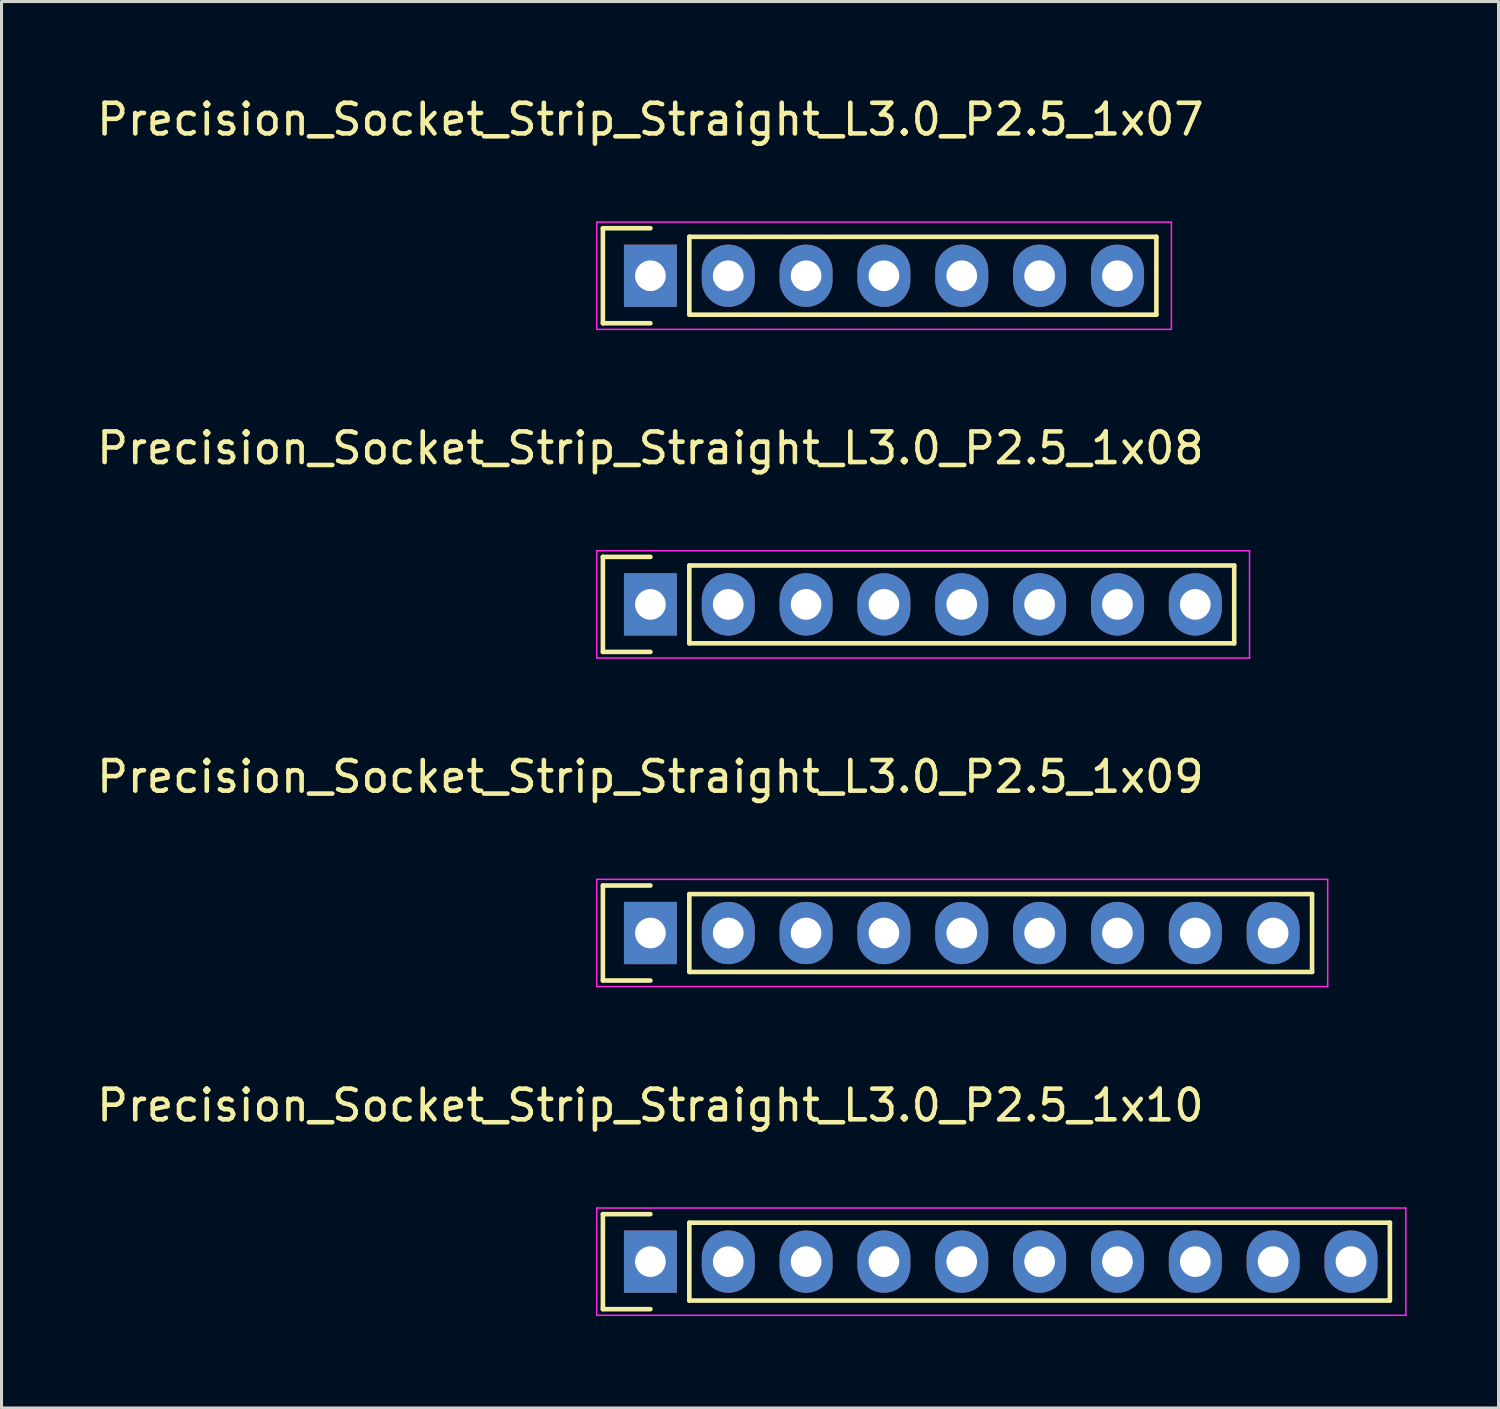
<source format=kicad_pcb>
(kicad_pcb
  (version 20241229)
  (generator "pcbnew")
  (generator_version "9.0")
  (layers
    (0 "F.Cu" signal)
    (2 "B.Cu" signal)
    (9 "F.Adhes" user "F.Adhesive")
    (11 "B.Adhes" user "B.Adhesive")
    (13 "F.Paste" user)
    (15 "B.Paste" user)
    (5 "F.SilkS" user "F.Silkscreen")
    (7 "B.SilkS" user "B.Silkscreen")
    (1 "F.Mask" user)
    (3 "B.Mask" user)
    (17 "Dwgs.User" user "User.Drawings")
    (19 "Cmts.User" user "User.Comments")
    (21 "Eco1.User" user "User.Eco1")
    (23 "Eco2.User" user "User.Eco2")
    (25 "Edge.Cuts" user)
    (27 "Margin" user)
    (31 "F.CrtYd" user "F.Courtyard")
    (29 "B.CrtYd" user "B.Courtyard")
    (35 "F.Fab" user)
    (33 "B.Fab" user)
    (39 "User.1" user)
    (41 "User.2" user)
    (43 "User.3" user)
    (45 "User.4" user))
  (footprint "Precision_Socket_Strip_Straight_L3.0_P2.5_1x08"
    (layer "F.Cu")
    (at 18.173 16.672)
    (property "Reference" "Precision_Socket_Strip_Straight_L3.0_P2.5_1x08" (at 0 -5.1 0) (layer "F.SilkS") (effects (font (size 1 1) (thickness 0.15))))
    (attr through_hole)
    (fp_line (start -1.55 -1.55) (end -1.55 1.55) (stroke (width 0.15) (type solid)) (layer "F.SilkS"))
    (fp_line (start -1.55 1.55) (end 0 1.55) (stroke (width 0.15) (type solid)) (layer "F.SilkS"))
    (fp_line (start 0 -1.55) (end -1.55 -1.55) (stroke (width 0.15) (type solid)) (layer "F.SilkS"))
    (fp_line (start 1.27 1.27) (end 1.27 -1.27) (stroke (width 0.15) (type solid)) (layer "F.SilkS"))
    (fp_line (start 1.27 1.27) (end 19.05 1.27) (stroke (width 0.15) (type solid)) (layer "F.SilkS"))
    (fp_line (start 19.05 -1.27) (end 1.27 -1.27) (stroke (width 0.15) (type solid)) (layer "F.SilkS"))
    (fp_line (start 19.05 1.27) (end 19.05 -1.27) (stroke (width 0.15) (type solid)) (layer "F.SilkS"))
    (fp_line (start -1.75 -1.75) (end -1.75 1.75) (stroke (width 0.05) (type solid)) (layer "F.CrtYd"))
    (fp_line (start -1.75 -1.75) (end 19.55 -1.75) (stroke (width 0.05) (type solid)) (layer "F.CrtYd"))
    (fp_line (start -1.75 1.75) (end 19.55 1.75) (stroke (width 0.05) (type solid)) (layer "F.CrtYd"))
    (fp_line (start 19.55 -1.75) (end 19.55 1.75) (stroke (width 0.05) (type solid)) (layer "F.CrtYd"))
    (pad "1" thru_hole rect (at 0 0) (size 1.727 2.032) (drill 1) (layers "*.Cu" "*.Mask"))
    (pad "2" thru_hole oval (at 2.54 0) (size 1.727 2.032) (drill 1) (layers "*.Cu" "*.Mask"))
    (pad "3" thru_hole oval (at 5.08 0) (size 1.727 2.032) (drill 1) (layers "*.Cu" "*.Mask"))
    (pad "4" thru_hole oval (at 7.62 0) (size 1.727 2.032) (drill 1) (layers "*.Cu" "*.Mask"))
    (pad "5" thru_hole oval (at 10.16 0) (size 1.727 2.032) (drill 1) (layers "*.Cu" "*.Mask"))
    (pad "6" thru_hole oval (at 12.7 0) (size 1.727 2.032) (drill 1) (layers "*.Cu" "*.Mask"))
    (pad "7" thru_hole oval (at 15.24 0) (size 1.727 2.032) (drill 1) (layers "*.Cu" "*.Mask"))
    (pad "8" thru_hole oval (at 17.78 0) (size 1.727 2.032) (drill 1) (layers "*.Cu" "*.Mask")))
  (footprint "Precision_Socket_Strip_Straight_L3.0_P2.5_1x09"
    (layer "F.Cu")
    (at 18.173 27.395)
    (property "Reference" "Precision_Socket_Strip_Straight_L3.0_P2.5_1x09" (at 0 -5.1 0) (layer "F.SilkS") (effects (font (size 1 1) (thickness 0.15))))
    (attr through_hole)
    (fp_line (start -1.55 -1.55) (end -1.55 1.55) (stroke (width 0.15) (type solid)) (layer "F.SilkS"))
    (fp_line (start -1.55 1.55) (end 0 1.55) (stroke (width 0.15) (type solid)) (layer "F.SilkS"))
    (fp_line (start 0 -1.55) (end -1.55 -1.55) (stroke (width 0.15) (type solid)) (layer "F.SilkS"))
    (fp_line (start 1.27 1.27) (end 1.27 -1.27) (stroke (width 0.15) (type solid)) (layer "F.SilkS"))
    (fp_line (start 1.27 1.27) (end 21.59 1.27) (stroke (width 0.15) (type solid)) (layer "F.SilkS"))
    (fp_line (start 21.59 -1.27) (end 1.27 -1.27) (stroke (width 0.15) (type solid)) (layer "F.SilkS"))
    (fp_line (start 21.59 1.27) (end 21.59 -1.27) (stroke (width 0.15) (type solid)) (layer "F.SilkS"))
    (fp_line (start -1.75 -1.75) (end -1.75 1.75) (stroke (width 0.05) (type solid)) (layer "F.CrtYd"))
    (fp_line (start -1.75 -1.75) (end 22.1 -1.75) (stroke (width 0.05) (type solid)) (layer "F.CrtYd"))
    (fp_line (start -1.75 1.75) (end 22.1 1.75) (stroke (width 0.05) (type solid)) (layer "F.CrtYd"))
    (fp_line (start 22.1 -1.75) (end 22.1 1.75) (stroke (width 0.05) (type solid)) (layer "F.CrtYd"))
    (pad "1" thru_hole rect (at 0 0) (size 1.727 2.032) (drill 1) (layers "*.Cu" "*.Mask"))
    (pad "2" thru_hole oval (at 2.54 0) (size 1.727 2.032) (drill 1) (layers "*.Cu" "*.Mask"))
    (pad "3" thru_hole oval (at 5.08 0) (size 1.727 2.032) (drill 1) (layers "*.Cu" "*.Mask"))
    (pad "4" thru_hole oval (at 7.62 0) (size 1.727 2.032) (drill 1) (layers "*.Cu" "*.Mask"))
    (pad "5" thru_hole oval (at 10.16 0) (size 1.727 2.032) (drill 1) (layers "*.Cu" "*.Mask"))
    (pad "6" thru_hole oval (at 12.7 0) (size 1.727 2.032) (drill 1) (layers "*.Cu" "*.Mask"))
    (pad "7" thru_hole oval (at 15.24 0) (size 1.727 2.032) (drill 1) (layers "*.Cu" "*.Mask"))
    (pad "8" thru_hole oval (at 17.78 0) (size 1.727 2.032) (drill 1) (layers "*.Cu" "*.Mask"))
    (pad "9" thru_hole oval (at 20.32 0) (size 1.727 2.032) (drill 1) (layers "*.Cu" "*.Mask")))
  (footprint "Precision_Socket_Strip_Straight_L3.0_P2.5_1x07"
    (layer "F.Cu")
    (at 18.173 5.948)
    (property "Reference" "Precision_Socket_Strip_Straight_L3.0_P2.5_1x07" (at 0 -5.1 0) (layer "F.SilkS") (effects (font (size 1 1) (thickness 0.15))))
    (attr through_hole)
    (fp_line (start -1.55 -1.55) (end -1.55 1.55) (stroke (width 0.15) (type solid)) (layer "F.SilkS"))
    (fp_line (start -1.55 1.55) (end 0 1.55) (stroke (width 0.15) (type solid)) (layer "F.SilkS"))
    (fp_line (start 0 -1.55) (end -1.55 -1.55) (stroke (width 0.15) (type solid)) (layer "F.SilkS"))
    (fp_line (start 1.27 1.27) (end 1.27 -1.27) (stroke (width 0.15) (type solid)) (layer "F.SilkS"))
    (fp_line (start 1.27 1.27) (end 16.51 1.27) (stroke (width 0.15) (type solid)) (layer "F.SilkS"))
    (fp_line (start 16.51 -1.27) (end 1.27 -1.27) (stroke (width 0.15) (type solid)) (layer "F.SilkS"))
    (fp_line (start 16.51 1.27) (end 16.51 -1.27) (stroke (width 0.15) (type solid)) (layer "F.SilkS"))
    (fp_line (start -1.75 -1.75) (end -1.75 1.75) (stroke (width 0.05) (type solid)) (layer "F.CrtYd"))
    (fp_line (start -1.75 -1.75) (end 17 -1.75) (stroke (width 0.05) (type solid)) (layer "F.CrtYd"))
    (fp_line (start -1.75 1.75) (end 17 1.75) (stroke (width 0.05) (type solid)) (layer "F.CrtYd"))
    (fp_line (start 17 -1.75) (end 17 1.75) (stroke (width 0.05) (type solid)) (layer "F.CrtYd"))
    (pad "1" thru_hole rect (at 0 0) (size 1.727 2.032) (drill 1) (layers "*.Cu" "*.Mask"))
    (pad "2" thru_hole oval (at 2.54 0) (size 1.727 2.032) (drill 1) (layers "*.Cu" "*.Mask"))
    (pad "3" thru_hole oval (at 5.08 0) (size 1.727 2.032) (drill 1) (layers "*.Cu" "*.Mask"))
    (pad "4" thru_hole oval (at 7.62 0) (size 1.727 2.032) (drill 1) (layers "*.Cu" "*.Mask"))
    (pad "5" thru_hole oval (at 10.16 0) (size 1.727 2.032) (drill 1) (layers "*.Cu" "*.Mask"))
    (pad "6" thru_hole oval (at 12.7 0) (size 1.727 2.032) (drill 1) (layers "*.Cu" "*.Mask"))
    (pad "7" thru_hole oval (at 15.24 0) (size 1.727 2.032) (drill 1) (layers "*.Cu" "*.Mask")))
  (footprint "Precision_Socket_Strip_Straight_L3.0_P2.5_1x10"
    (layer "F.Cu")
    (at 18.173 38.118)
    (property "Reference" "Precision_Socket_Strip_Straight_L3.0_P2.5_1x10" (at 0 -5.1 0) (layer "F.SilkS") (effects (font (size 1 1) (thickness 0.15))))
    (attr through_hole)
    (fp_line (start -1.55 -1.55) (end -1.55 1.55) (stroke (width 0.15) (type solid)) (layer "F.SilkS"))
    (fp_line (start -1.55 1.55) (end 0 1.55) (stroke (width 0.15) (type solid)) (layer "F.SilkS"))
    (fp_line (start 0 -1.55) (end -1.55 -1.55) (stroke (width 0.15) (type solid)) (layer "F.SilkS"))
    (fp_line (start 1.27 1.27) (end 1.27 -1.27) (stroke (width 0.15) (type solid)) (layer "F.SilkS"))
    (fp_line (start 1.27 1.27) (end 24.13 1.27) (stroke (width 0.15) (type solid)) (layer "F.SilkS"))
    (fp_line (start 24.13 -1.27) (end 1.27 -1.27) (stroke (width 0.15) (type solid)) (layer "F.SilkS"))
    (fp_line (start 24.13 1.27) (end 24.13 -1.27) (stroke (width 0.15) (type solid)) (layer "F.SilkS"))
    (fp_line (start -1.75 -1.75) (end -1.75 1.75) (stroke (width 0.05) (type solid)) (layer "F.CrtYd"))
    (fp_line (start -1.75 -1.75) (end 24.65 -1.75) (stroke (width 0.05) (type solid)) (layer "F.CrtYd"))
    (fp_line (start -1.75 1.75) (end 24.65 1.75) (stroke (width 0.05) (type solid)) (layer "F.CrtYd"))
    (fp_line (start 24.65 -1.75) (end 24.65 1.75) (stroke (width 0.05) (type solid)) (layer "F.CrtYd"))
    (pad "1" thru_hole rect (at 0 0) (size 1.727 2.032) (drill 1) (layers "*.Cu" "*.Mask"))
    (pad "2" thru_hole oval (at 2.54 0) (size 1.727 2.032) (drill 1) (layers "*.Cu" "*.Mask"))
    (pad "3" thru_hole oval (at 5.08 0) (size 1.727 2.032) (drill 1) (layers "*.Cu" "*.Mask"))
    (pad "4" thru_hole oval (at 7.62 0) (size 1.727 2.032) (drill 1) (layers "*.Cu" "*.Mask"))
    (pad "5" thru_hole oval (at 10.16 0) (size 1.727 2.032) (drill 1) (layers "*.Cu" "*.Mask"))
    (pad "6" thru_hole oval (at 12.7 0) (size 1.727 2.032) (drill 1) (layers "*.Cu" "*.Mask"))
    (pad "7" thru_hole oval (at 15.24 0) (size 1.727 2.032) (drill 1) (layers "*.Cu" "*.Mask"))
    (pad "8" thru_hole oval (at 17.78 0) (size 1.727 2.032) (drill 1) (layers "*.Cu" "*.Mask"))
    (pad "9" thru_hole oval (at 20.32 0) (size 1.727 2.032) (drill 1) (layers "*.Cu" "*.Mask"))
    (pad "10" thru_hole oval (at 22.86 0) (size 1.727 2.032) (drill 1) (layers "*.Cu" "*.Mask")))
  (gr_rect
    (start -3 -3)
    (end 45.848 42.893)
    (stroke (width 0.1) (type default))
    (fill no)
    (layer "Edge.Cuts")))
</source>
